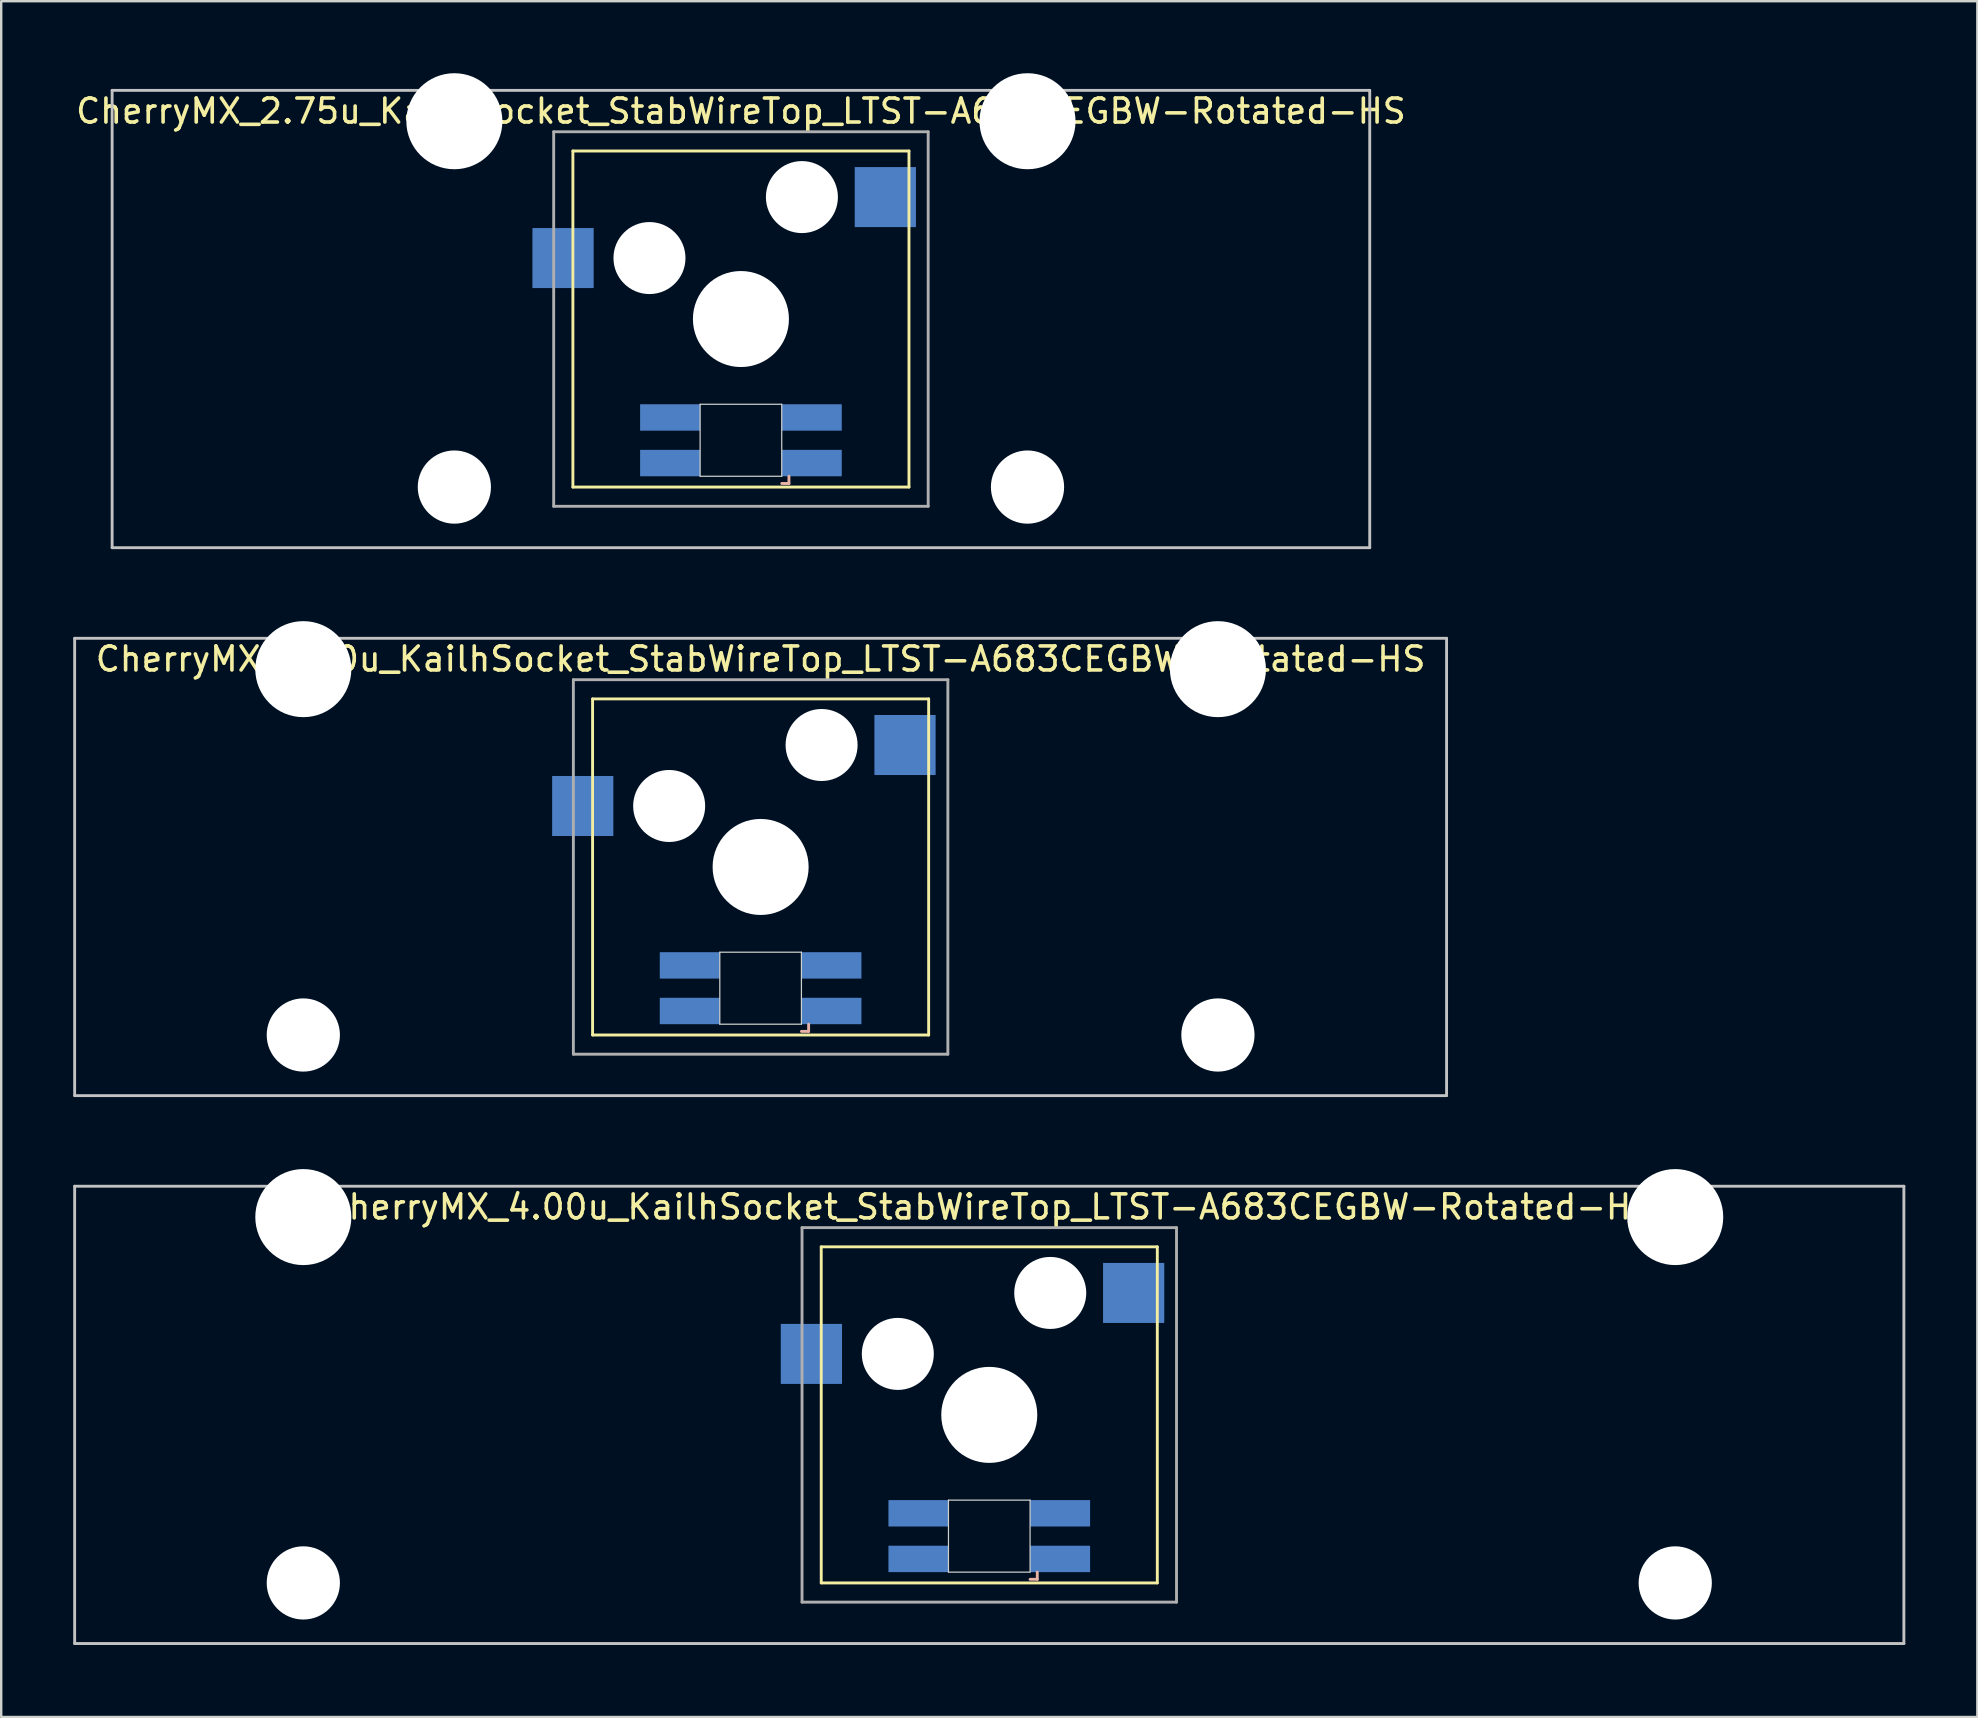
<source format=kicad_pcb>
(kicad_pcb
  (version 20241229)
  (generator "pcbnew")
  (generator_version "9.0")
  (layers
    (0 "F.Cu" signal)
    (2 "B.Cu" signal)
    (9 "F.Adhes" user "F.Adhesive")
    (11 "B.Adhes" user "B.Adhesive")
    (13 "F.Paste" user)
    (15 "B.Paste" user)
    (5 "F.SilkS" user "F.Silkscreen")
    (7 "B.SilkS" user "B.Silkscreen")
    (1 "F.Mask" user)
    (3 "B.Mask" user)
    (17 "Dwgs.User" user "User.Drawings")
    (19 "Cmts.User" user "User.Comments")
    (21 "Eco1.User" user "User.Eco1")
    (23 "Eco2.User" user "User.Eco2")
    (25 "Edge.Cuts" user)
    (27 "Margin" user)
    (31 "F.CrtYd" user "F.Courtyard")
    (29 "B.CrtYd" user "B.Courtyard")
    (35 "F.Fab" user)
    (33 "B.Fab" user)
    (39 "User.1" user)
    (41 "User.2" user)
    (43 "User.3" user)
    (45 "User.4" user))
  (footprint "CherryMX_2.75u_KailhSocket_StabWireTop_LTST-A683CEGBW-Rotated-HS"
    (layer "F.Cu")
    (at 27.815 10.24)
    (property "Reference" "CherryMX_2.75u_KailhSocket_StabWireTop_LTST-A683CEGBW-Rotated-HS" (at 0 -8.662 0) (layer "F.SilkS") (effects (font (size 1 1) (thickness 0.15))))
    (attr through_hole)
    (fp_line (start -7 -7) (end -7 7) (stroke (width 0.12) (type solid)) (layer "F.SilkS"))
    (fp_line (start -7 -7) (end 7 -7) (stroke (width 0.12) (type solid)) (layer "F.SilkS"))
    (fp_line (start 7 -7) (end 7 7) (stroke (width 0.12) (type solid)) (layer "F.SilkS"))
    (fp_line (start 7 7) (end -7 7) (stroke (width 0.12) (type solid)) (layer "F.SilkS"))
    (fp_line (start 1.7 6.85) (end 2 6.85) (stroke (width 0.12) (type solid)) (layer "B.SilkS"))
    (fp_line (start 2 6.85) (end 2 6.55) (stroke (width 0.12) (type solid)) (layer "B.SilkS"))
    (fp_line (start -26.194 -9.525) (end 26.194 -9.525) (stroke (width 0.12) (type solid)) (layer "Dwgs.User"))
    (fp_line (start -26.194 9.525) (end -26.194 -9.525) (stroke (width 0.12) (type solid)) (layer "Dwgs.User"))
    (fp_line (start 26.194 -9.525) (end 26.194 9.525) (stroke (width 0.12) (type solid)) (layer "Dwgs.User"))
    (fp_line (start 26.194 9.525) (end -26.194 9.525) (stroke (width 0.12) (type solid)) (layer "Dwgs.User"))
    (fp_line (start -1.7 3.55) (end 1.7 3.55) (stroke (width 0.05) (type solid)) (layer "Edge.Cuts"))
    (fp_line (start -1.7 6.55) (end -1.7 3.55) (stroke (width 0.05) (type solid)) (layer "Edge.Cuts"))
    (fp_line (start 1.7 3.55) (end 1.7 6.55) (stroke (width 0.05) (type solid)) (layer "Edge.Cuts"))
    (fp_line (start 1.7 6.55) (end -1.7 6.55) (stroke (width 0.05) (type solid)) (layer "Edge.Cuts"))
    (fp_line (start -7.8 -7.8) (end -7.8 7.8) (stroke (width 0.12) (type solid)) (layer "F.Fab"))
    (fp_line (start -7.8 -7.8) (end 7.8 -7.8) (stroke (width 0.12) (type solid)) (layer "F.Fab"))
    (fp_line (start -7.8 7.8) (end 7.8 7.8) (stroke (width 0.12) (type solid)) (layer "F.Fab"))
    (fp_line (start 7.8 -7.8) (end 7.8 7.8) (stroke (width 0.12) (type solid)) (layer "F.Fab"))
    (pad "" np_thru_hole circle (at -11.938 -8.24) (size 4 4) (drill 4) (layers "*.Cu" "*.Mask"))
    (pad "" np_thru_hole circle (at -11.938 7) (size 3.05 3.05) (drill 3.05) (layers "*.Cu" "*.Mask"))
    (pad "" np_thru_hole circle (at -3.81 -2.54) (size 3 3) (drill 3) (layers "*.Cu" "*.Mask"))
    (pad "" np_thru_hole circle (at 0 0) (size 4 4) (drill 4) (layers "*.Cu" "*.Mask"))
    (pad "" np_thru_hole circle (at 2.54 -5.08) (size 3 3) (drill 3) (layers "*.Cu" "*.Mask"))
    (pad "" np_thru_hole circle (at 11.938 -8.24) (size 4 4) (drill 4) (layers "*.Cu" "*.Mask"))
    (pad "" np_thru_hole circle (at 11.938 7) (size 3.05 3.05) (drill 3.05) (layers "*.Cu" "*.Mask"))
    (pad "1" smd rect (at -7.41 -2.54) (size 2.55 2.5) (layers "B.Cu" "B.Mask" "B.Paste"))
    (pad "2" smd rect (at 6.015 -5.08) (size 2.55 2.5) (layers "B.Cu" "B.Mask" "B.Paste"))
    (pad "3" smd rect (at 2.95 6) (size 2.5 1.1) (layers "B.Cu" "B.Mask" "B.Paste"))
    (pad "4" smd rect (at 2.95 4.1) (size 2.5 1.1) (layers "B.Cu" "B.Mask" "B.Paste"))
    (pad "5" smd rect (at -2.95 6) (size 2.5 1.1) (layers "B.Cu" "B.Mask" "B.Paste"))
    (pad "6" smd rect (at -2.95 4.1) (size 2.5 1.1) (layers "B.Cu" "B.Mask" "B.Paste")))
  (footprint "CherryMX_3.00u_KailhSocket_StabWireTop_LTST-A683CEGBW-Rotated-HS"
    (layer "F.Cu")
    (at 28.635 33.065)
    (property "Reference" "CherryMX_3.00u_KailhSocket_StabWireTop_LTST-A683CEGBW-Rotated-HS" (at 0 -8.662 0) (layer "F.SilkS") (effects (font (size 1 1) (thickness 0.15))))
    (attr through_hole)
    (fp_line (start -7 -7) (end -7 7) (stroke (width 0.12) (type solid)) (layer "F.SilkS"))
    (fp_line (start -7 -7) (end 7 -7) (stroke (width 0.12) (type solid)) (layer "F.SilkS"))
    (fp_line (start 7 -7) (end 7 7) (stroke (width 0.12) (type solid)) (layer "F.SilkS"))
    (fp_line (start 7 7) (end -7 7) (stroke (width 0.12) (type solid)) (layer "F.SilkS"))
    (fp_line (start 1.7 6.85) (end 2 6.85) (stroke (width 0.12) (type solid)) (layer "B.SilkS"))
    (fp_line (start 2 6.85) (end 2 6.55) (stroke (width 0.12) (type solid)) (layer "B.SilkS"))
    (fp_line (start -28.575 -9.525) (end 28.575 -9.525) (stroke (width 0.12) (type solid)) (layer "Dwgs.User"))
    (fp_line (start -28.575 9.525) (end -28.575 -9.525) (stroke (width 0.12) (type solid)) (layer "Dwgs.User"))
    (fp_line (start 28.575 -9.525) (end 28.575 9.525) (stroke (width 0.12) (type solid)) (layer "Dwgs.User"))
    (fp_line (start 28.575 9.525) (end -28.575 9.525) (stroke (width 0.12) (type solid)) (layer "Dwgs.User"))
    (fp_line (start -1.7 3.55) (end 1.7 3.55) (stroke (width 0.05) (type solid)) (layer "Edge.Cuts"))
    (fp_line (start -1.7 6.55) (end -1.7 3.55) (stroke (width 0.05) (type solid)) (layer "Edge.Cuts"))
    (fp_line (start 1.7 3.55) (end 1.7 6.55) (stroke (width 0.05) (type solid)) (layer "Edge.Cuts"))
    (fp_line (start 1.7 6.55) (end -1.7 6.55) (stroke (width 0.05) (type solid)) (layer "Edge.Cuts"))
    (fp_line (start -7.8 -7.8) (end -7.8 7.8) (stroke (width 0.12) (type solid)) (layer "F.Fab"))
    (fp_line (start -7.8 -7.8) (end 7.8 -7.8) (stroke (width 0.12) (type solid)) (layer "F.Fab"))
    (fp_line (start -7.8 7.8) (end 7.8 7.8) (stroke (width 0.12) (type solid)) (layer "F.Fab"))
    (fp_line (start 7.8 -7.8) (end 7.8 7.8) (stroke (width 0.12) (type solid)) (layer "F.Fab"))
    (pad "" np_thru_hole circle (at -19.05 -8.24) (size 4 4) (drill 4) (layers "*.Cu" "*.Mask"))
    (pad "" np_thru_hole circle (at -19.05 7) (size 3.05 3.05) (drill 3.05) (layers "*.Cu" "*.Mask"))
    (pad "" np_thru_hole circle (at -3.81 -2.54) (size 3 3) (drill 3) (layers "*.Cu" "*.Mask"))
    (pad "" np_thru_hole circle (at 0 0) (size 4 4) (drill 4) (layers "*.Cu" "*.Mask"))
    (pad "" np_thru_hole circle (at 2.54 -5.08) (size 3 3) (drill 3) (layers "*.Cu" "*.Mask"))
    (pad "" np_thru_hole circle (at 19.05 -8.24) (size 4 4) (drill 4) (layers "*.Cu" "*.Mask"))
    (pad "" np_thru_hole circle (at 19.05 7) (size 3.05 3.05) (drill 3.05) (layers "*.Cu" "*.Mask"))
    (pad "1" smd rect (at -7.41 -2.54) (size 2.55 2.5) (layers "B.Cu" "B.Mask" "B.Paste"))
    (pad "2" smd rect (at 6.015 -5.08) (size 2.55 2.5) (layers "B.Cu" "B.Mask" "B.Paste"))
    (pad "3" smd rect (at 2.95 6) (size 2.5 1.1) (layers "B.Cu" "B.Mask" "B.Paste"))
    (pad "4" smd rect (at 2.95 4.1) (size 2.5 1.1) (layers "B.Cu" "B.Mask" "B.Paste"))
    (pad "5" smd rect (at -2.95 6) (size 2.5 1.1) (layers "B.Cu" "B.Mask" "B.Paste"))
    (pad "6" smd rect (at -2.95 4.1) (size 2.5 1.1) (layers "B.Cu" "B.Mask" "B.Paste")))
  (footprint "CherryMX_4.00u_KailhSocket_StabWireTop_LTST-A683CEGBW-Rotated-HS"
    (layer "F.Cu")
    (at 38.16 55.89)
    (property "Reference" "CherryMX_4.00u_KailhSocket_StabWireTop_LTST-A683CEGBW-Rotated-HS" (at 0 -8.662 0) (layer "F.SilkS") (effects (font (size 1 1) (thickness 0.15))))
    (attr through_hole)
    (fp_line (start -7 -7) (end -7 7) (stroke (width 0.12) (type solid)) (layer "F.SilkS"))
    (fp_line (start -7 -7) (end 7 -7) (stroke (width 0.12) (type solid)) (layer "F.SilkS"))
    (fp_line (start 7 -7) (end 7 7) (stroke (width 0.12) (type solid)) (layer "F.SilkS"))
    (fp_line (start 7 7) (end -7 7) (stroke (width 0.12) (type solid)) (layer "F.SilkS"))
    (fp_line (start 1.7 6.85) (end 2 6.85) (stroke (width 0.12) (type solid)) (layer "B.SilkS"))
    (fp_line (start 2 6.85) (end 2 6.55) (stroke (width 0.12) (type solid)) (layer "B.SilkS"))
    (fp_line (start -38.1 -9.525) (end 38.1 -9.525) (stroke (width 0.12) (type solid)) (layer "Dwgs.User"))
    (fp_line (start -38.1 9.525) (end -38.1 -9.525) (stroke (width 0.12) (type solid)) (layer "Dwgs.User"))
    (fp_line (start 38.1 -9.525) (end 38.1 9.525) (stroke (width 0.12) (type solid)) (layer "Dwgs.User"))
    (fp_line (start 38.1 9.525) (end -38.1 9.525) (stroke (width 0.12) (type solid)) (layer "Dwgs.User"))
    (fp_line (start -1.7 3.55) (end 1.7 3.55) (stroke (width 0.05) (type solid)) (layer "Edge.Cuts"))
    (fp_line (start -1.7 6.55) (end -1.7 3.55) (stroke (width 0.05) (type solid)) (layer "Edge.Cuts"))
    (fp_line (start 1.7 3.55) (end 1.7 6.55) (stroke (width 0.05) (type solid)) (layer "Edge.Cuts"))
    (fp_line (start 1.7 6.55) (end -1.7 6.55) (stroke (width 0.05) (type solid)) (layer "Edge.Cuts"))
    (fp_line (start -7.8 -7.8) (end -7.8 7.8) (stroke (width 0.12) (type solid)) (layer "F.Fab"))
    (fp_line (start -7.8 -7.8) (end 7.8 -7.8) (stroke (width 0.12) (type solid)) (layer "F.Fab"))
    (fp_line (start -7.8 7.8) (end 7.8 7.8) (stroke (width 0.12) (type solid)) (layer "F.Fab"))
    (fp_line (start 7.8 -7.8) (end 7.8 7.8) (stroke (width 0.12) (type solid)) (layer "F.Fab"))
    (pad "" np_thru_hole circle (at -28.575 -8.24) (size 4 4) (drill 4) (layers "*.Cu" "*.Mask"))
    (pad "" np_thru_hole circle (at -28.575 7) (size 3.05 3.05) (drill 3.05) (layers "*.Cu" "*.Mask"))
    (pad "" np_thru_hole circle (at -3.81 -2.54) (size 3 3) (drill 3) (layers "*.Cu" "*.Mask"))
    (pad "" np_thru_hole circle (at 0 0) (size 4 4) (drill 4) (layers "*.Cu" "*.Mask"))
    (pad "" np_thru_hole circle (at 2.54 -5.08) (size 3 3) (drill 3) (layers "*.Cu" "*.Mask"))
    (pad "" np_thru_hole circle (at 28.575 -8.24) (size 4 4) (drill 4) (layers "*.Cu" "*.Mask"))
    (pad "" np_thru_hole circle (at 28.575 7) (size 3.05 3.05) (drill 3.05) (layers "*.Cu" "*.Mask"))
    (pad "1" smd rect (at -7.41 -2.54) (size 2.55 2.5) (layers "B.Cu" "B.Mask" "B.Paste"))
    (pad "2" smd rect (at 6.015 -5.08) (size 2.55 2.5) (layers "B.Cu" "B.Mask" "B.Paste"))
    (pad "3" smd rect (at 2.95 6) (size 2.5 1.1) (layers "B.Cu" "B.Mask" "B.Paste"))
    (pad "4" smd rect (at 2.95 4.1) (size 2.5 1.1) (layers "B.Cu" "B.Mask" "B.Paste"))
    (pad "5" smd rect (at -2.95 6) (size 2.5 1.1) (layers "B.Cu" "B.Mask" "B.Paste"))
    (pad "6" smd rect (at -2.95 4.1) (size 2.5 1.1) (layers "B.Cu" "B.Mask" "B.Paste")))
  (gr_rect
    (start -3 -3)
    (end 79.32 68.475)
    (stroke (width 0.1) (type default))
    (fill no)
    (layer "Edge.Cuts")))
</source>
